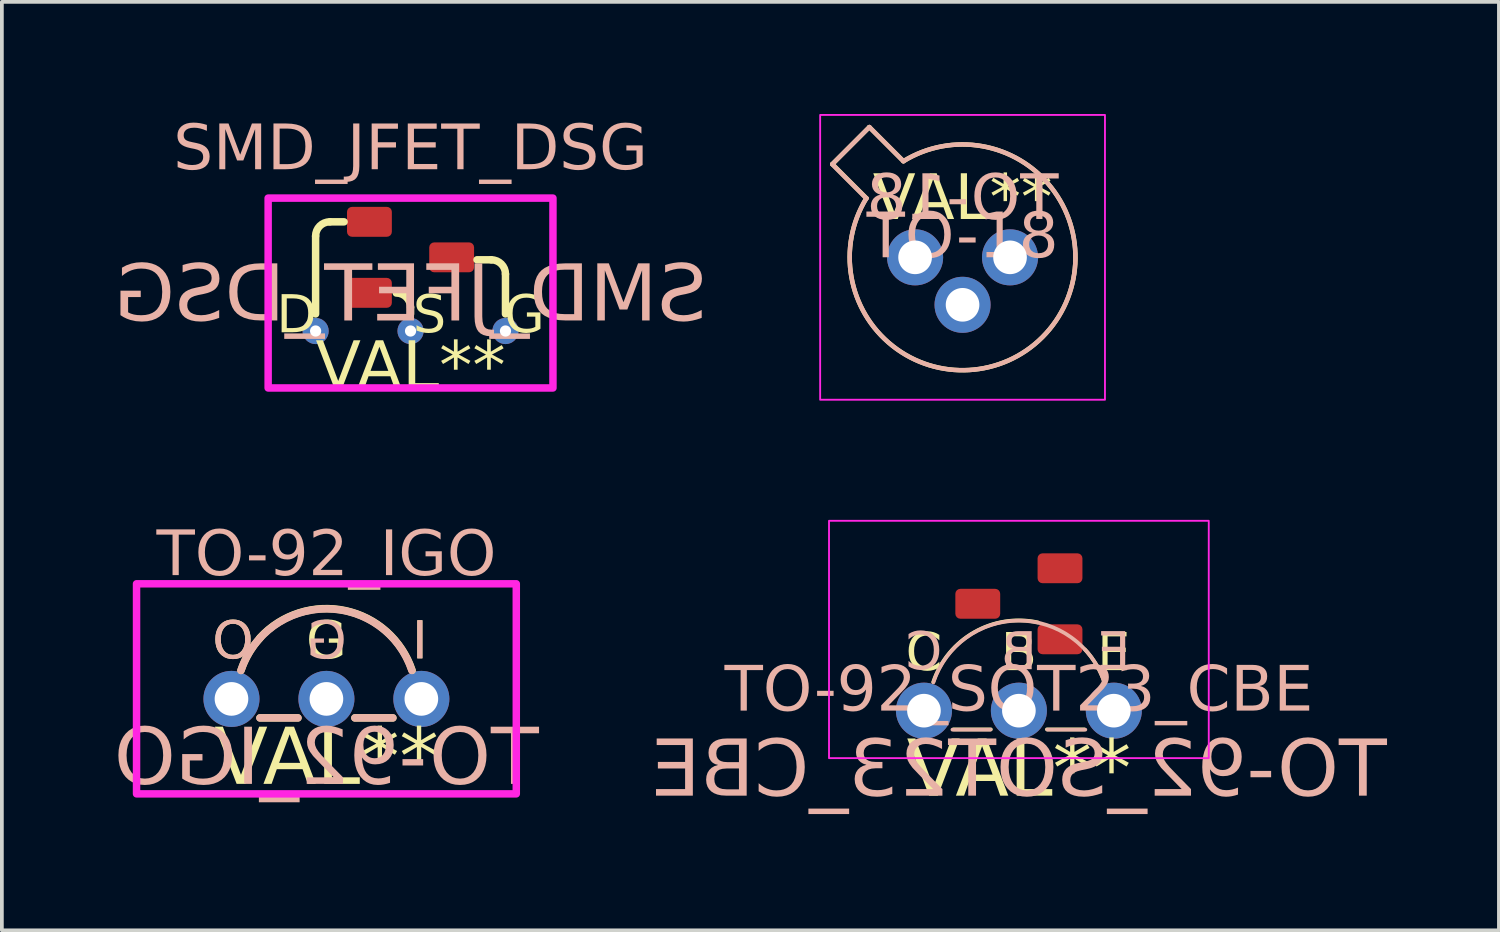
<source format=kicad_pcb>
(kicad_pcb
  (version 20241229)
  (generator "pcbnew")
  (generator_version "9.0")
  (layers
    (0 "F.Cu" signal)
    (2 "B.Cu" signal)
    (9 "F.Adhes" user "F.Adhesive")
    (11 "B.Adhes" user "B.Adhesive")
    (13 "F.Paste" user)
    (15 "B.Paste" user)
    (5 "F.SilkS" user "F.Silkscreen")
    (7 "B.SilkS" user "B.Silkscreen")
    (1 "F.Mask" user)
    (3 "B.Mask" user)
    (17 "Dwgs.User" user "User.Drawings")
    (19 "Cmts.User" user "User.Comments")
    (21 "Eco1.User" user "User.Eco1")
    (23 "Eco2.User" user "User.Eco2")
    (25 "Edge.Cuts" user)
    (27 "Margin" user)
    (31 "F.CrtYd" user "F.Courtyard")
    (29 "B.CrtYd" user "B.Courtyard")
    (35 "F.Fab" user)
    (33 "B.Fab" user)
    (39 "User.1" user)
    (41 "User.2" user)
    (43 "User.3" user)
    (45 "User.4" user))
  (footprint "TO-92_IGO"
    (layer "F.Cu")
    (at 5.683 15.649)
    (property "Reference" "TO-92_IGO" (at 0 -3.81 0) (unlocked yes) (layer "B.SilkS") (effects (font (face "Milk Run") (size 1.2 1.2) (thickness 0.1))))
    (property "Value" "VAL**" (at 0 4.064 0) (unlocked yes) (layer "F.SilkS") (hide yes) (effects (font (face "Milk Run") (size 1.2 1.2) (thickness 0.1))))
    (attr through_hole)
    (fp_line (start -0.762 0.508) (end -1.778 0.508) (stroke (width 0.2) (type default)) (layer "F.SilkS"))
    (fp_line (start 0.762 0.508) (end 1.778 0.508) (stroke (width 0.2) (type default)) (layer "F.SilkS"))
    (fp_arc (start -2.285492 -0.761831) (mid -2.077141 -1.220387) (end -1.778 -1.6256) (stroke (width 0.2) (type default)) (layer "F.SilkS"))
    (fp_arc (start -1.778 -1.636083) (mid 0.506167 -2.362592) (end 2.292213 -0.76407) (stroke (width 0.2) (type default)) (layer "F.SilkS"))
    (fp_line (start -0.762 0.508) (end -1.778 0.508) (stroke (width 0.2) (type default)) (layer "B.SilkS"))
    (fp_line (start 0.762 0.508) (end 1.778 0.508) (stroke (width 0.2) (type default)) (layer "B.SilkS"))
    (fp_arc (start -2.285998 -0.762) (mid 0 -2.409654) (end 2.285998 -0.762) (stroke (width 0.2) (type default)) (layer "B.SilkS"))
    (fp_rect (start -5.08 -3.08) (end 5.08 2.54) (stroke (width 0.2) (type default)) (fill no) (layer "F.CrtYd"))
    (fp_text user "O" (at -2.5 -1.5 0) (unlocked yes) (layer "F.SilkS") (effects (font (face "Milk Run") (size 1 1) (thickness 0.125))))
    (fp_text user "I" (at 2.5 -1.5 0) (unlocked yes) (layer "F.SilkS") (effects (font (face "Milk Run") (size 1 1) (thickness 0.125))))
    (fp_text user "${VALUE}" (at 0 1.651 0) (layer "F.SilkS") (effects (font (face "Milk Run") (size 1.5 1.5) (thickness 0.1))))
    (fp_text user "G" (at 0 -1.5 0) (unlocked yes) (layer "F.SilkS") (effects (font (face "Milk Run") (size 1 1) (thickness 0.125))))
    (fp_text user "O" (at -2.5 -1.5 0) (unlocked yes) (layer "B.SilkS") (effects (font (face "Milk Run") (size 1 1) (thickness 0.125)) (justify mirror)))
    (fp_text user "${REFERENCE}" (at 0 1.651 0) (layer "B.SilkS") (effects (font (face "Milk Run") (size 1.5 1.5) (thickness 0.1)) (justify mirror)))
    (fp_text user "G" (at 0 -1.5 0) (unlocked yes) (layer "B.SilkS") (effects (font (face "Milk Run") (size 1 1) (thickness 0.125)) (justify mirror)))
    (fp_text user "I" (at 2.5 -1.5 0) (unlocked yes) (layer "B.SilkS") (effects (font (face "Milk Run") (size 1 1) (thickness 0.125)) (justify mirror)))
    (pad "1" thru_hole circle (at -2.54 0) (size 1.5 1.5) (drill 0.9) (layers "*.Cu" "*.Mask"))
    (pad "2" thru_hole circle (at 0 0) (size 1.5 1.5) (drill 0.9) (layers "*.Cu" "*.Mask"))
    (pad "3" thru_hole circle (at 2.54 0) (size 1.5 1.5) (drill 0.9) (layers "*.Cu" "*.Mask")))
  (footprint "SMD_JFET_DSG"
    (layer "F.Cu")
    (at 7.934 4.79)
    (property "Reference" "SMD_JFET_DSG" (at 0 -3.81 0) (unlocked yes) (layer "B.SilkS") (effects (font (face "Milk Run") (size 1.2 1.2) (thickness 0.1))))
    (property "Value" "VAL**" (at 0 4.064 0) (unlocked yes) (layer "F.SilkS") (hide yes) (effects (font (face "Milk Run") (size 1.2 1.2) (thickness 0.1))))
    (attr through_hole)
    (fp_line (start -2.54 0.559) (end -2.54 -1.524) (stroke (width 0.2) (type solid)) (layer "F.SilkS"))
    (fp_line (start -1.778 -1.905) (end -2.159 -1.905) (stroke (width 0.2) (type solid)) (layer "F.SilkS"))
    (fp_line (start 0 0.559) (end 0 0.381) (stroke (width 0.2) (type solid)) (layer "F.SilkS"))
    (fp_line (start 2.159 -0.889) (end 1.778 -0.889) (stroke (width 0.2) (type solid)) (layer "F.SilkS"))
    (fp_line (start 2.54 0.559) (end 2.54 -0.508) (stroke (width 0.2) (type solid)) (layer "F.SilkS"))
    (fp_arc (start -2.54 -1.524) (mid -2.428408 -1.793408) (end -2.159 -1.905) (stroke (width 0.2) (type solid)) (layer "F.SilkS"))
    (fp_arc (start -0.381 0) (mid -0.111592 0.111592) (end 0 0.381) (stroke (width 0.2) (type solid)) (layer "F.SilkS"))
    (fp_arc (start 2.159 -0.889) (mid 2.428408 -0.777408) (end 2.54 -0.508) (stroke (width 0.2) (type solid)) (layer "F.SilkS"))
    (fp_rect (start -3.81 -2.54) (end 3.81 2.54) (stroke (width 0.2) (type solid)) (fill no) (layer "F.CrtYd"))
    (fp_text user "G" (at 3.048 0.635 0) (unlocked yes) (layer "F.SilkS") (effects (font (face "Milk Run") (size 1 1) (thickness 0.125))))
    (fp_text user "S" (at 0.508 0.635 0) (unlocked yes) (layer "F.SilkS") (effects (font (face "Milk Run") (size 1 1) (thickness 0.125))))
    (fp_text user "D" (at -3.048 0.635 0) (unlocked yes) (layer "F.SilkS") (effects (font (face "Milk Run") (size 1 1) (thickness 0.125))))
    (fp_text user "${VALUE}" (at 0 2.032 0) (layer "F.SilkS") (effects (font (face "Milk Run") (size 1.27 1.27) (thickness 0.1))))
    (fp_text user "${REFERENCE}" (at 0 0.112 0) (layer "B.SilkS") (effects (font (face "Milk Run") (size 1.5 1.5) (thickness 0.1)) (justify mirror)))
    (pad "1" thru_hole circle (at -2.54 1.016) (size 0.7 0.7) (drill 0.3) (layers "*.Cu" "*.Mask"))
    (pad "1" smd roundrect (at -1.1 -1.905) (size 1.2 0.8) (layers "F.Cu" "F.Mask" "F.Paste") (roundrect_rratio 0.167))
    (pad "2" smd roundrect (at -1.1 -0.005) (size 1.2 0.8) (layers "F.Cu" "F.Mask" "F.Paste") (roundrect_rratio 0.167))
    (pad "2" thru_hole circle (at 0 1.016) (size 0.7 0.7) (drill 0.3) (layers "*.Cu" "*.Mask"))
    (pad "3" smd roundrect (at 1.1 -0.955) (size 1.2 0.8) (layers "F.Cu" "F.Mask" "F.Paste") (roundrect_rratio 0.167))
    (pad "3" thru_hole circle (at 2.54 1.016) (size 0.7 0.7) (drill 0.3) (layers "*.Cu" "*.Mask")))
  (footprint "TO-92_SOT23_CBE"
    (layer "F.Cu")
    (at 24.21 15.964)
    (property "Reference" "TO-92_SOT23_CBE" (at 0 -0.5 0) (unlocked yes) (layer "B.SilkS") (effects (font (face "Milk Run") (size 1.2 1.2) (thickness 0.1))))
    (property "Value" "VAL**" (at 0 1 0) (unlocked yes) (layer "F.SilkS") (hide yes) (effects (font (face "Milk Run") (size 1.2 1.2) (thickness 0.1))))
    (attr through_hole)
    (fp_line (start -1.75 0.5) (end -0.75 0.5) (stroke (width 0.1) (type default)) (layer "F.SilkS"))
    (fp_line (start 0.75 0.5) (end 1.75 0.5) (stroke (width 0.1) (type default)) (layer "F.SilkS"))
    (fp_arc (start -2.292212 -0.764074) (mid -1.197645 -2.098497) (end 0.508 -2.362199) (stroke (width 0.1) (type default)) (layer "F.SilkS"))
    (fp_arc (start 1.76669 -1.638669) (mid 2.073212 -1.228097) (end 2.285997 -0.762) (stroke (width 0.1) (type default)) (layer "F.SilkS"))
    (fp_line (start -0.762 0.508) (end -1.778 0.508) (stroke (width 0.1) (type default)) (layer "B.SilkS"))
    (fp_line (start 1.778 0.508) (end 0.762 0.508) (stroke (width 0.1) (type default)) (layer "B.SilkS"))
    (fp_arc (start -2.285998 -0.762) (mid 0 -2.409654) (end 2.285998 -0.762) (stroke (width 0.1) (type default)) (layer "B.SilkS"))
    (fp_rect (start -5.08 -5.08) (end 5.08 1.27) (stroke (width 0.05) (type default)) (fill no) (layer "F.CrtYd"))
    (fp_text user "${VALUE}" (at 0 1.651 0) (layer "F.SilkS") (effects (font (face "Milk Run") (size 1.5 1.5) (thickness 0.1))))
    (fp_text user "B" (at 0 -1.5 0) (unlocked yes) (layer "F.SilkS") (effects (font (face "Milk Run") (size 1 1) (thickness 0.125))))
    (fp_text user "E" (at 2.54 -1.5 0) (unlocked yes) (layer "F.SilkS") (effects (font (face "Milk Run") (size 1 1) (thickness 0.125))))
    (fp_text user "C" (at -2.54 -1.5 0) (unlocked yes) (layer "F.SilkS") (effects (font (face "Milk Run") (size 1 1) (thickness 0.125))))
    (fp_text user "C" (at -2.54 -1.524 0) (unlocked yes) (layer "B.SilkS") (effects (font (face "Milk Run") (size 1 1) (thickness 0.125)) (justify mirror)))
    (fp_text user "${REFERENCE}" (at 0 1.651 0) (layer "B.SilkS") (effects (font (face "Milk Run") (size 1.5 1.5) (thickness 0.1)) (justify mirror)))
    (fp_text user "B" (at 0 -1.524 0) (unlocked yes) (layer "B.SilkS") (effects (font (face "Milk Run") (size 1 1) (thickness 0.125)) (justify mirror)))
    (fp_text user "E" (at 2.54 -1.524 0) (unlocked yes) (layer "B.SilkS") (effects (font (face "Milk Run") (size 1 1) (thickness 0.125)) (justify mirror)))
    (pad "1" thru_hole circle (at -2.54 0) (size 1.5 1.5) (drill 0.9) (layers "*.Cu" "*.Mask"))
    (pad "1" smd roundrect (at -1.1 -2.86) (size 1.2 0.8) (layers "F.Cu" "F.Mask" "F.Paste") (roundrect_rratio 0.167))
    (pad "2" thru_hole circle (at 0 0) (size 1.5 1.5) (drill 0.9) (layers "*.Cu" "*.Mask"))
    (pad "2" smd roundrect (at 1.1 -1.91) (size 1.2 0.8) (layers "F.Cu" "F.Mask" "F.Paste") (roundrect_rratio 0.167))
    (pad "3" smd roundrect (at 1.1 -3.81) (size 1.2 0.8) (layers "F.Cu" "F.Mask" "F.Paste") (roundrect_rratio 0.167))
    (pad "3" thru_hole circle (at 2.54 0) (size 1.5 1.5) (drill 0.9) (layers "*.Cu" "*.Mask")))
  (footprint "TO-18"
    (layer "F.Cu")
    (at 22.703 3.835)
    (property "Reference" "TO-18" (at 0 -0.5 0) (unlocked yes) (layer "B.SilkS") (effects (font (face "Milk Run") (size 1.2 1.2) (thickness 0.1))))
    (property "Value" "VAL**" (at 0 1 0) (unlocked yes) (layer "F.SilkS") (hide yes) (effects (font (face "Milk Run") (size 1.2 1.2) (thickness 0.1))))
    (attr through_hole)
    (fp_line (start -3.484 -2.494) (end -2.572 -1.582) (stroke (width 0.12) (type solid)) (layer "F.SilkS"))
    (fp_line (start -2.494 -3.484) (end -3.484 -2.494) (stroke (width 0.12) (type solid)) (layer "F.SilkS"))
    (fp_line (start -1.582 -2.572) (end -2.494 -3.484) (stroke (width 0.12) (type solid)) (layer "F.SilkS"))
    (fp_arc (start -1.582331 -2.572281) (mid 2.135374 2.135551) (end -2.57215 -1.582544) (stroke (width 0.12) (type solid)) (layer "F.SilkS"))
    (fp_line (start -3.484 -2.488) (end -2.572 -1.576) (stroke (width 0.12) (type solid)) (layer "B.SilkS"))
    (fp_line (start -2.494 -3.484) (end -3.484 -2.494) (stroke (width 0.12) (type solid)) (layer "B.SilkS"))
    (fp_line (start -1.582 -2.572) (end -2.494 -3.484) (stroke (width 0.12) (type solid)) (layer "B.SilkS"))
    (fp_arc (start -1.582331 -2.572281) (mid 2.135374 2.135551) (end -2.57215 -1.582544) (stroke (width 0.12) (type solid)) (layer "B.SilkS"))
    (fp_rect (start -3.81 -3.81) (end 3.81 3.81) (stroke (width 0.05) (type default)) (fill no) (layer "F.CrtYd"))
    (fp_text user "${VALUE}" (at 0 -1.524 0) (layer "F.SilkS") (effects (font (face "Milk Run") (size 1.2 1.2) (thickness 0.1))))
    (fp_text user "${REFERENCE}" (at 0 -1.524 0) (layer "B.SilkS") (effects (font (face "Milk Run") (size 1.2 1.2) (thickness 0.1)) (justify mirror)))
    (pad "1" thru_hole circle (at -1.27 0) (size 1.5 1.5) (drill 0.9) (layers "*.Cu" "*.Mask"))
    (pad "2" thru_hole circle (at 0 1.27) (size 1.5 1.5) (drill 0.9) (layers "*.Cu" "*.Mask"))
    (pad "3" thru_hole circle (at 1.27 0) (size 1.5 1.5) (drill 0.9) (layers "*.Cu" "*.Mask")))
  (gr_rect
    (start -3 -3)
    (end 37.053 21.84)
    (stroke (width 0.1) (type default))
    (fill no)
    (layer "Edge.Cuts")))
</source>
